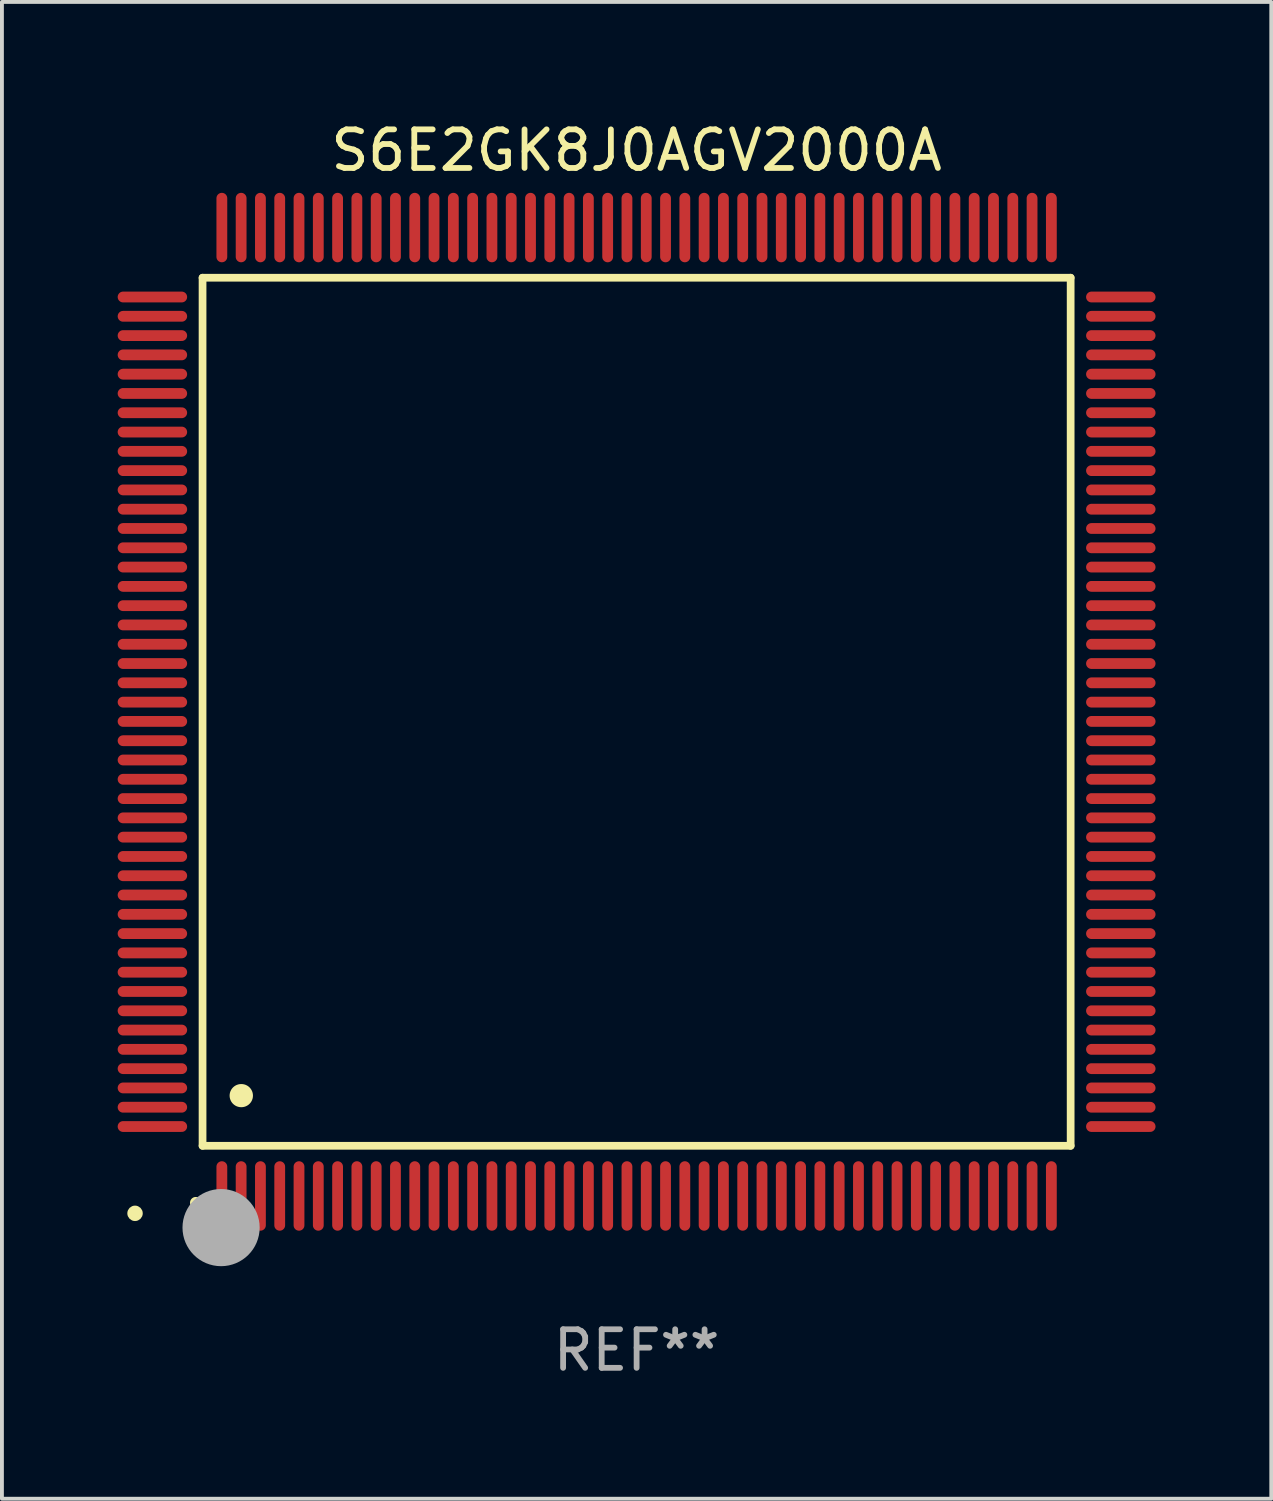
<source format=kicad_pcb>
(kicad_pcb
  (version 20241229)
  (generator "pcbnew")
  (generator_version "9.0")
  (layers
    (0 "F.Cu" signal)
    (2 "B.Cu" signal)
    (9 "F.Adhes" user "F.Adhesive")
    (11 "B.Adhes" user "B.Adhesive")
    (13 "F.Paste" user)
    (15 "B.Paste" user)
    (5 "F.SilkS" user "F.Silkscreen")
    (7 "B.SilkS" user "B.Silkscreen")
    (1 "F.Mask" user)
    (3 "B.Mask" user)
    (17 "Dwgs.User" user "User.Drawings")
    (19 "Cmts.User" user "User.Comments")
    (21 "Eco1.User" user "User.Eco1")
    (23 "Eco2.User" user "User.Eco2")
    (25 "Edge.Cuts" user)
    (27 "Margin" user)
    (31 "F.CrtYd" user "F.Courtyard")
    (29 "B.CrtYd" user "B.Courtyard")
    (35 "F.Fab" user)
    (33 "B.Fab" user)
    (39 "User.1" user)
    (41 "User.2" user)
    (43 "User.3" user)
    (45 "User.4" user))
  (footprint "S6E2GK8J0AGV2000A"
    (layer "F.Cu")
    (at 13.45 15.398)
    (property "Reference" "S6E2GK8J0AGV2000A" (at 0 -14.55 0) (layer "F.SilkS") (effects (font (size 1 1) (thickness 0.15))))
    (attr through_hole)
    (fp_line (start -11.25 -11.25) (end 11.25 -11.25) (stroke (width 0.2) (type solid)) (layer "F.SilkS"))
    (fp_line (start -11.25 11.25) (end -11.25 -11.25) (stroke (width 0.2) (type solid)) (layer "F.SilkS"))
    (fp_line (start 11.25 -11.25) (end 11.25 11.25) (stroke (width 0.2) (type solid)) (layer "F.SilkS"))
    (fp_line (start 11.25 11.25) (end -11.25 11.25) (stroke (width 0.2) (type solid)) (layer "F.SilkS"))
    (fp_arc (start -11.424943 12.725425) (mid -11.423673 12.72542) (end -11.422403 12.725425) (stroke (width 0.3) (type solid)) (layer "F.SilkS"))
    (fp_arc (start -10.24892 9.9492) (mid -10.24638 9.949189) (end -10.24384 9.9492) (stroke (width 0.6) (type solid)) (layer "F.SilkS"))
    (fp_circle (center -13 13) (end -12.9 13) (stroke (width 0.2) (type solid)) (fill no) (layer "F.SilkS"))
    (fp_circle (center -10.77 13.37) (end -10.27 13.37) (stroke (width 1) (type solid)) (fill no) (layer "F.Fab"))
    (fp_text user "REF**" (at 0 16.55 0) (layer "F.Fab") (effects (font (size 1 1) (thickness 0.15))))
    (pad "1" smd oval (at -10.75 12.55) (size 0.28 1.8) (layers "F.Cu" "F.Mask" "F.Paste"))
    (pad "2" smd oval (at -10.25 12.55) (size 0.28 1.8) (layers "F.Cu" "F.Mask" "F.Paste"))
    (pad "3" smd oval (at -9.75 12.55) (size 0.28 1.8) (layers "F.Cu" "F.Mask" "F.Paste"))
    (pad "4" smd oval (at -9.25 12.55) (size 0.28 1.8) (layers "F.Cu" "F.Mask" "F.Paste"))
    (pad "5" smd oval (at -8.75 12.55) (size 0.28 1.8) (layers "F.Cu" "F.Mask" "F.Paste"))
    (pad "6" smd oval (at -8.25 12.55) (size 0.28 1.8) (layers "F.Cu" "F.Mask" "F.Paste"))
    (pad "7" smd oval (at -7.75 12.55) (size 0.28 1.8) (layers "F.Cu" "F.Mask" "F.Paste"))
    (pad "8" smd oval (at -7.25 12.55) (size 0.28 1.8) (layers "F.Cu" "F.Mask" "F.Paste"))
    (pad "9" smd oval (at -6.75 12.55) (size 0.28 1.8) (layers "F.Cu" "F.Mask" "F.Paste"))
    (pad "10" smd oval (at -6.25 12.55) (size 0.28 1.8) (layers "F.Cu" "F.Mask" "F.Paste"))
    (pad "11" smd oval (at -5.75 12.55) (size 0.28 1.8) (layers "F.Cu" "F.Mask" "F.Paste"))
    (pad "12" smd oval (at -5.25 12.55) (size 0.28 1.8) (layers "F.Cu" "F.Mask" "F.Paste"))
    (pad "13" smd oval (at -4.75 12.55) (size 0.28 1.8) (layers "F.Cu" "F.Mask" "F.Paste"))
    (pad "14" smd oval (at -4.25 12.55) (size 0.28 1.8) (layers "F.Cu" "F.Mask" "F.Paste"))
    (pad "15" smd oval (at -3.75 12.55) (size 0.28 1.8) (layers "F.Cu" "F.Mask" "F.Paste"))
    (pad "16" smd oval (at -3.25 12.55) (size 0.28 1.8) (layers "F.Cu" "F.Mask" "F.Paste"))
    (pad "17" smd oval (at -2.75 12.55) (size 0.28 1.8) (layers "F.Cu" "F.Mask" "F.Paste"))
    (pad "18" smd oval (at -2.25 12.55) (size 0.28 1.8) (layers "F.Cu" "F.Mask" "F.Paste"))
    (pad "19" smd oval (at -1.75 12.55) (size 0.28 1.8) (layers "F.Cu" "F.Mask" "F.Paste"))
    (pad "20" smd oval (at -1.25 12.55) (size 0.28 1.8) (layers "F.Cu" "F.Mask" "F.Paste"))
    (pad "21" smd oval (at -0.75 12.55) (size 0.28 1.8) (layers "F.Cu" "F.Mask" "F.Paste"))
    (pad "22" smd oval (at -0.25 12.55) (size 0.28 1.8) (layers "F.Cu" "F.Mask" "F.Paste"))
    (pad "23" smd oval (at 0.25 12.55) (size 0.28 1.8) (layers "F.Cu" "F.Mask" "F.Paste"))
    (pad "24" smd oval (at 0.75 12.55) (size 0.28 1.8) (layers "F.Cu" "F.Mask" "F.Paste"))
    (pad "25" smd oval (at 1.25 12.55) (size 0.28 1.8) (layers "F.Cu" "F.Mask" "F.Paste"))
    (pad "26" smd oval (at 1.75 12.55) (size 0.28 1.8) (layers "F.Cu" "F.Mask" "F.Paste"))
    (pad "27" smd oval (at 2.25 12.55) (size 0.28 1.8) (layers "F.Cu" "F.Mask" "F.Paste"))
    (pad "28" smd oval (at 2.75 12.55) (size 0.28 1.8) (layers "F.Cu" "F.Mask" "F.Paste"))
    (pad "29" smd oval (at 3.25 12.55) (size 0.28 1.8) (layers "F.Cu" "F.Mask" "F.Paste"))
    (pad "30" smd oval (at 3.75 12.55) (size 0.28 1.8) (layers "F.Cu" "F.Mask" "F.Paste"))
    (pad "31" smd oval (at 4.25 12.55) (size 0.28 1.8) (layers "F.Cu" "F.Mask" "F.Paste"))
    (pad "32" smd oval (at 4.75 12.55) (size 0.28 1.8) (layers "F.Cu" "F.Mask" "F.Paste"))
    (pad "33" smd oval (at 5.25 12.55) (size 0.28 1.8) (layers "F.Cu" "F.Mask" "F.Paste"))
    (pad "34" smd oval (at 5.75 12.55) (size 0.28 1.8) (layers "F.Cu" "F.Mask" "F.Paste"))
    (pad "35" smd oval (at 6.25 12.55) (size 0.28 1.8) (layers "F.Cu" "F.Mask" "F.Paste"))
    (pad "36" smd oval (at 6.75 12.55) (size 0.28 1.8) (layers "F.Cu" "F.Mask" "F.Paste"))
    (pad "37" smd oval (at 7.25 12.55) (size 0.28 1.8) (layers "F.Cu" "F.Mask" "F.Paste"))
    (pad "38" smd oval (at 7.75 12.55) (size 0.28 1.8) (layers "F.Cu" "F.Mask" "F.Paste"))
    (pad "39" smd oval (at 8.25 12.55) (size 0.28 1.8) (layers "F.Cu" "F.Mask" "F.Paste"))
    (pad "40" smd oval (at 8.75 12.55) (size 0.28 1.8) (layers "F.Cu" "F.Mask" "F.Paste"))
    (pad "41" smd oval (at 9.25 12.55) (size 0.28 1.8) (layers "F.Cu" "F.Mask" "F.Paste"))
    (pad "42" smd oval (at 9.75 12.55) (size 0.28 1.8) (layers "F.Cu" "F.Mask" "F.Paste"))
    (pad "43" smd oval (at 10.25 12.55) (size 0.28 1.8) (layers "F.Cu" "F.Mask" "F.Paste"))
    (pad "44" smd oval (at 10.75 12.55) (size 0.28 1.8) (layers "F.Cu" "F.Mask" "F.Paste"))
    (pad "45" smd oval (at 12.55 10.75) (size 1.8 0.28) (layers "F.Cu" "F.Mask" "F.Paste"))
    (pad "46" smd oval (at 12.55 10.25) (size 1.8 0.28) (layers "F.Cu" "F.Mask" "F.Paste"))
    (pad "47" smd oval (at 12.55 9.75) (size 1.8 0.28) (layers "F.Cu" "F.Mask" "F.Paste"))
    (pad "48" smd oval (at 12.55 9.25) (size 1.8 0.28) (layers "F.Cu" "F.Mask" "F.Paste"))
    (pad "49" smd oval (at 12.55 8.75) (size 1.8 0.28) (layers "F.Cu" "F.Mask" "F.Paste"))
    (pad "50" smd oval (at 12.55 8.25) (size 1.8 0.28) (layers "F.Cu" "F.Mask" "F.Paste"))
    (pad "51" smd oval (at 12.55 7.75) (size 1.8 0.28) (layers "F.Cu" "F.Mask" "F.Paste"))
    (pad "52" smd oval (at 12.55 7.25) (size 1.8 0.28) (layers "F.Cu" "F.Mask" "F.Paste"))
    (pad "53" smd oval (at 12.55 6.75) (size 1.8 0.28) (layers "F.Cu" "F.Mask" "F.Paste"))
    (pad "54" smd oval (at 12.55 6.25) (size 1.8 0.28) (layers "F.Cu" "F.Mask" "F.Paste"))
    (pad "55" smd oval (at 12.55 5.75) (size 1.8 0.28) (layers "F.Cu" "F.Mask" "F.Paste"))
    (pad "56" smd oval (at 12.55 5.25) (size 1.8 0.28) (layers "F.Cu" "F.Mask" "F.Paste"))
    (pad "57" smd oval (at 12.55 4.75) (size 1.8 0.28) (layers "F.Cu" "F.Mask" "F.Paste"))
    (pad "58" smd oval (at 12.55 4.25) (size 1.8 0.28) (layers "F.Cu" "F.Mask" "F.Paste"))
    (pad "59" smd oval (at 12.55 3.75) (size 1.8 0.28) (layers "F.Cu" "F.Mask" "F.Paste"))
    (pad "60" smd oval (at 12.55 3.25) (size 1.8 0.28) (layers "F.Cu" "F.Mask" "F.Paste"))
    (pad "61" smd oval (at 12.55 2.75) (size 1.8 0.28) (layers "F.Cu" "F.Mask" "F.Paste"))
    (pad "62" smd oval (at 12.55 2.25) (size 1.8 0.28) (layers "F.Cu" "F.Mask" "F.Paste"))
    (pad "63" smd oval (at 12.55 1.75) (size 1.8 0.28) (layers "F.Cu" "F.Mask" "F.Paste"))
    (pad "64" smd oval (at 12.55 1.25) (size 1.8 0.28) (layers "F.Cu" "F.Mask" "F.Paste"))
    (pad "65" smd oval (at 12.55 0.75) (size 1.8 0.28) (layers "F.Cu" "F.Mask" "F.Paste"))
    (pad "66" smd oval (at 12.55 0.25) (size 1.8 0.28) (layers "F.Cu" "F.Mask" "F.Paste"))
    (pad "67" smd oval (at 12.55 -0.25) (size 1.8 0.28) (layers "F.Cu" "F.Mask" "F.Paste"))
    (pad "68" smd oval (at 12.55 -0.75) (size 1.8 0.28) (layers "F.Cu" "F.Mask" "F.Paste"))
    (pad "69" smd oval (at 12.55 -1.25) (size 1.8 0.28) (layers "F.Cu" "F.Mask" "F.Paste"))
    (pad "70" smd oval (at 12.55 -1.75) (size 1.8 0.28) (layers "F.Cu" "F.Mask" "F.Paste"))
    (pad "71" smd oval (at 12.55 -2.25) (size 1.8 0.28) (layers "F.Cu" "F.Mask" "F.Paste"))
    (pad "72" smd oval (at 12.55 -2.75) (size 1.8 0.28) (layers "F.Cu" "F.Mask" "F.Paste"))
    (pad "73" smd oval (at 12.55 -3.25) (size 1.8 0.28) (layers "F.Cu" "F.Mask" "F.Paste"))
    (pad "74" smd oval (at 12.55 -3.75) (size 1.8 0.28) (layers "F.Cu" "F.Mask" "F.Paste"))
    (pad "75" smd oval (at 12.55 -4.25) (size 1.8 0.28) (layers "F.Cu" "F.Mask" "F.Paste"))
    (pad "76" smd oval (at 12.55 -4.75) (size 1.8 0.28) (layers "F.Cu" "F.Mask" "F.Paste"))
    (pad "77" smd oval (at 12.55 -5.25) (size 1.8 0.28) (layers "F.Cu" "F.Mask" "F.Paste"))
    (pad "78" smd oval (at 12.55 -5.75) (size 1.8 0.28) (layers "F.Cu" "F.Mask" "F.Paste"))
    (pad "79" smd oval (at 12.55 -6.25) (size 1.8 0.28) (layers "F.Cu" "F.Mask" "F.Paste"))
    (pad "80" smd oval (at 12.55 -6.75) (size 1.8 0.28) (layers "F.Cu" "F.Mask" "F.Paste"))
    (pad "81" smd oval (at 12.55 -7.25) (size 1.8 0.28) (layers "F.Cu" "F.Mask" "F.Paste"))
    (pad "82" smd oval (at 12.55 -7.75) (size 1.8 0.28) (layers "F.Cu" "F.Mask" "F.Paste"))
    (pad "83" smd oval (at 12.55 -8.25) (size 1.8 0.28) (layers "F.Cu" "F.Mask" "F.Paste"))
    (pad "84" smd oval (at 12.55 -8.75) (size 1.8 0.28) (layers "F.Cu" "F.Mask" "F.Paste"))
    (pad "85" smd oval (at 12.55 -9.25) (size 1.8 0.28) (layers "F.Cu" "F.Mask" "F.Paste"))
    (pad "86" smd oval (at 12.55 -9.75) (size 1.8 0.28) (layers "F.Cu" "F.Mask" "F.Paste"))
    (pad "87" smd oval (at 12.55 -10.25) (size 1.8 0.28) (layers "F.Cu" "F.Mask" "F.Paste"))
    (pad "88" smd oval (at 12.55 -10.75) (size 1.8 0.28) (layers "F.Cu" "F.Mask" "F.Paste"))
    (pad "89" smd oval (at 10.75 -12.55) (size 0.28 1.8) (layers "F.Cu" "F.Mask" "F.Paste"))
    (pad "90" smd oval (at 10.25 -12.55) (size 0.28 1.8) (layers "F.Cu" "F.Mask" "F.Paste"))
    (pad "91" smd oval (at 9.75 -12.55) (size 0.28 1.8) (layers "F.Cu" "F.Mask" "F.Paste"))
    (pad "92" smd oval (at 9.25 -12.55) (size 0.28 1.8) (layers "F.Cu" "F.Mask" "F.Paste"))
    (pad "93" smd oval (at 8.75 -12.55) (size 0.28 1.8) (layers "F.Cu" "F.Mask" "F.Paste"))
    (pad "94" smd oval (at 8.25 -12.55) (size 0.28 1.8) (layers "F.Cu" "F.Mask" "F.Paste"))
    (pad "95" smd oval (at 7.75 -12.55) (size 0.28 1.8) (layers "F.Cu" "F.Mask" "F.Paste"))
    (pad "96" smd oval (at 7.25 -12.55) (size 0.28 1.8) (layers "F.Cu" "F.Mask" "F.Paste"))
    (pad "97" smd oval (at 6.75 -12.55) (size 0.28 1.8) (layers "F.Cu" "F.Mask" "F.Paste"))
    (pad "98" smd oval (at 6.25 -12.55) (size 0.28 1.8) (layers "F.Cu" "F.Mask" "F.Paste"))
    (pad "99" smd oval (at 5.75 -12.55) (size 0.28 1.8) (layers "F.Cu" "F.Mask" "F.Paste"))
    (pad "100" smd oval (at 5.25 -12.55) (size 0.28 1.8) (layers "F.Cu" "F.Mask" "F.Paste"))
    (pad "101" smd oval (at 4.75 -12.55) (size 0.28 1.8) (layers "F.Cu" "F.Mask" "F.Paste"))
    (pad "102" smd oval (at 4.25 -12.55) (size 0.28 1.8) (layers "F.Cu" "F.Mask" "F.Paste"))
    (pad "103" smd oval (at 3.75 -12.55) (size 0.28 1.8) (layers "F.Cu" "F.Mask" "F.Paste"))
    (pad "104" smd oval (at 3.25 -12.55) (size 0.28 1.8) (layers "F.Cu" "F.Mask" "F.Paste"))
    (pad "105" smd oval (at 2.75 -12.55) (size 0.28 1.8) (layers "F.Cu" "F.Mask" "F.Paste"))
    (pad "106" smd oval (at 2.25 -12.55) (size 0.28 1.8) (layers "F.Cu" "F.Mask" "F.Paste"))
    (pad "107" smd oval (at 1.75 -12.55) (size 0.28 1.8) (layers "F.Cu" "F.Mask" "F.Paste"))
    (pad "108" smd oval (at 1.25 -12.55) (size 0.28 1.8) (layers "F.Cu" "F.Mask" "F.Paste"))
    (pad "109" smd oval (at 0.75 -12.55) (size 0.28 1.8) (layers "F.Cu" "F.Mask" "F.Paste"))
    (pad "110" smd oval (at 0.25 -12.55) (size 0.28 1.8) (layers "F.Cu" "F.Mask" "F.Paste"))
    (pad "111" smd oval (at -0.25 -12.55) (size 0.28 1.8) (layers "F.Cu" "F.Mask" "F.Paste"))
    (pad "112" smd oval (at -0.75 -12.55) (size 0.28 1.8) (layers "F.Cu" "F.Mask" "F.Paste"))
    (pad "113" smd oval (at -1.25 -12.55) (size 0.28 1.8) (layers "F.Cu" "F.Mask" "F.Paste"))
    (pad "114" smd oval (at -1.75 -12.55) (size 0.28 1.8) (layers "F.Cu" "F.Mask" "F.Paste"))
    (pad "115" smd oval (at -2.25 -12.55) (size 0.28 1.8) (layers "F.Cu" "F.Mask" "F.Paste"))
    (pad "116" smd oval (at -2.75 -12.55) (size 0.28 1.8) (layers "F.Cu" "F.Mask" "F.Paste"))
    (pad "117" smd oval (at -3.25 -12.55) (size 0.28 1.8) (layers "F.Cu" "F.Mask" "F.Paste"))
    (pad "118" smd oval (at -3.75 -12.55) (size 0.28 1.8) (layers "F.Cu" "F.Mask" "F.Paste"))
    (pad "119" smd oval (at -4.25 -12.55) (size 0.28 1.8) (layers "F.Cu" "F.Mask" "F.Paste"))
    (pad "120" smd oval (at -4.75 -12.55) (size 0.28 1.8) (layers "F.Cu" "F.Mask" "F.Paste"))
    (pad "121" smd oval (at -5.25 -12.55) (size 0.28 1.8) (layers "F.Cu" "F.Mask" "F.Paste"))
    (pad "122" smd oval (at -5.75 -12.55) (size 0.28 1.8) (layers "F.Cu" "F.Mask" "F.Paste"))
    (pad "123" smd oval (at -6.25 -12.55) (size 0.28 1.8) (layers "F.Cu" "F.Mask" "F.Paste"))
    (pad "124" smd oval (at -6.75 -12.55) (size 0.28 1.8) (layers "F.Cu" "F.Mask" "F.Paste"))
    (pad "125" smd oval (at -7.25 -12.55) (size 0.28 1.8) (layers "F.Cu" "F.Mask" "F.Paste"))
    (pad "126" smd oval (at -7.75 -12.55) (size 0.28 1.8) (layers "F.Cu" "F.Mask" "F.Paste"))
    (pad "127" smd oval (at -8.25 -12.55) (size 0.28 1.8) (layers "F.Cu" "F.Mask" "F.Paste"))
    (pad "128" smd oval (at -8.75 -12.55) (size 0.28 1.8) (layers "F.Cu" "F.Mask" "F.Paste"))
    (pad "129" smd oval (at -9.25 -12.55) (size 0.28 1.8) (layers "F.Cu" "F.Mask" "F.Paste"))
    (pad "130" smd oval (at -9.75 -12.55) (size 0.28 1.8) (layers "F.Cu" "F.Mask" "F.Paste"))
    (pad "131" smd oval (at -10.25 -12.55) (size 0.28 1.8) (layers "F.Cu" "F.Mask" "F.Paste"))
    (pad "132" smd oval (at -10.75 -12.55) (size 0.28 1.8) (layers "F.Cu" "F.Mask" "F.Paste"))
    (pad "133" smd oval (at -12.55 -10.75) (size 1.8 0.28) (layers "F.Cu" "F.Mask" "F.Paste"))
    (pad "134" smd oval (at -12.55 -10.25) (size 1.8 0.28) (layers "F.Cu" "F.Mask" "F.Paste"))
    (pad "135" smd oval (at -12.55 -9.75) (size 1.8 0.28) (layers "F.Cu" "F.Mask" "F.Paste"))
    (pad "136" smd oval (at -12.55 -9.25) (size 1.8 0.28) (layers "F.Cu" "F.Mask" "F.Paste"))
    (pad "137" smd oval (at -12.55 -8.75) (size 1.8 0.28) (layers "F.Cu" "F.Mask" "F.Paste"))
    (pad "138" smd oval (at -12.55 -8.25) (size 1.8 0.28) (layers "F.Cu" "F.Mask" "F.Paste"))
    (pad "139" smd oval (at -12.55 -7.75) (size 1.8 0.28) (layers "F.Cu" "F.Mask" "F.Paste"))
    (pad "140" smd oval (at -12.55 -7.25) (size 1.8 0.28) (layers "F.Cu" "F.Mask" "F.Paste"))
    (pad "141" smd oval (at -12.55 -6.75) (size 1.8 0.28) (layers "F.Cu" "F.Mask" "F.Paste"))
    (pad "142" smd oval (at -12.55 -6.25) (size 1.8 0.28) (layers "F.Cu" "F.Mask" "F.Paste"))
    (pad "143" smd oval (at -12.55 -5.75) (size 1.8 0.28) (layers "F.Cu" "F.Mask" "F.Paste"))
    (pad "144" smd oval (at -12.55 -5.25) (size 1.8 0.28) (layers "F.Cu" "F.Mask" "F.Paste"))
    (pad "145" smd oval (at -12.55 -4.75) (size 1.8 0.28) (layers "F.Cu" "F.Mask" "F.Paste"))
    (pad "146" smd oval (at -12.55 -4.25) (size 1.8 0.28) (layers "F.Cu" "F.Mask" "F.Paste"))
    (pad "147" smd oval (at -12.55 -3.75) (size 1.8 0.28) (layers "F.Cu" "F.Mask" "F.Paste"))
    (pad "148" smd oval (at -12.55 -3.25) (size 1.8 0.28) (layers "F.Cu" "F.Mask" "F.Paste"))
    (pad "149" smd oval (at -12.55 -2.75) (size 1.8 0.28) (layers "F.Cu" "F.Mask" "F.Paste"))
    (pad "150" smd oval (at -12.55 -2.25) (size 1.8 0.28) (layers "F.Cu" "F.Mask" "F.Paste"))
    (pad "151" smd oval (at -12.55 -1.75) (size 1.8 0.28) (layers "F.Cu" "F.Mask" "F.Paste"))
    (pad "152" smd oval (at -12.55 -1.25) (size 1.8 0.28) (layers "F.Cu" "F.Mask" "F.Paste"))
    (pad "153" smd oval (at -12.55 -0.75) (size 1.8 0.28) (layers "F.Cu" "F.Mask" "F.Paste"))
    (pad "154" smd oval (at -12.55 -0.25) (size 1.8 0.28) (layers "F.Cu" "F.Mask" "F.Paste"))
    (pad "155" smd oval (at -12.55 0.25) (size 1.8 0.28) (layers "F.Cu" "F.Mask" "F.Paste"))
    (pad "156" smd oval (at -12.55 0.75) (size 1.8 0.28) (layers "F.Cu" "F.Mask" "F.Paste"))
    (pad "157" smd oval (at -12.55 1.25) (size 1.8 0.28) (layers "F.Cu" "F.Mask" "F.Paste"))
    (pad "158" smd oval (at -12.55 1.75) (size 1.8 0.28) (layers "F.Cu" "F.Mask" "F.Paste"))
    (pad "159" smd oval (at -12.55 2.25) (size 1.8 0.28) (layers "F.Cu" "F.Mask" "F.Paste"))
    (pad "160" smd oval (at -12.55 2.75) (size 1.8 0.28) (layers "F.Cu" "F.Mask" "F.Paste"))
    (pad "161" smd oval (at -12.55 3.25) (size 1.8 0.28) (layers "F.Cu" "F.Mask" "F.Paste"))
    (pad "162" smd oval (at -12.55 3.75) (size 1.8 0.28) (layers "F.Cu" "F.Mask" "F.Paste"))
    (pad "163" smd oval (at -12.55 4.25) (size 1.8 0.28) (layers "F.Cu" "F.Mask" "F.Paste"))
    (pad "164" smd oval (at -12.55 4.75) (size 1.8 0.28) (layers "F.Cu" "F.Mask" "F.Paste"))
    (pad "165" smd oval (at -12.55 5.25) (size 1.8 0.28) (layers "F.Cu" "F.Mask" "F.Paste"))
    (pad "166" smd oval (at -12.55 5.75) (size 1.8 0.28) (layers "F.Cu" "F.Mask" "F.Paste"))
    (pad "167" smd oval (at -12.55 6.25) (size 1.8 0.28) (layers "F.Cu" "F.Mask" "F.Paste"))
    (pad "168" smd oval (at -12.55 6.75) (size 1.8 0.28) (layers "F.Cu" "F.Mask" "F.Paste"))
    (pad "169" smd oval (at -12.55 7.25) (size 1.8 0.28) (layers "F.Cu" "F.Mask" "F.Paste"))
    (pad "170" smd oval (at -12.55 7.75) (size 1.8 0.28) (layers "F.Cu" "F.Mask" "F.Paste"))
    (pad "171" smd oval (at -12.55 8.25) (size 1.8 0.28) (layers "F.Cu" "F.Mask" "F.Paste"))
    (pad "172" smd oval (at -12.55 8.75) (size 1.8 0.28) (layers "F.Cu" "F.Mask" "F.Paste"))
    (pad "173" smd oval (at -12.55 9.25) (size 1.8 0.28) (layers "F.Cu" "F.Mask" "F.Paste"))
    (pad "174" smd oval (at -12.55 9.75) (size 1.8 0.28) (layers "F.Cu" "F.Mask" "F.Paste"))
    (pad "175" smd oval (at -12.55 10.25) (size 1.8 0.28) (layers "F.Cu" "F.Mask" "F.Paste"))
    (pad "176" smd oval (at -12.55 10.75) (size 1.8 0.28) (layers "F.Cu" "F.Mask" "F.Paste")))
  (gr_rect
    (start -3 -3)
    (end 29.9 35.796)
    (stroke (width 0.1) (type default))
    (fill no)
    (layer "Edge.Cuts")))
</source>
